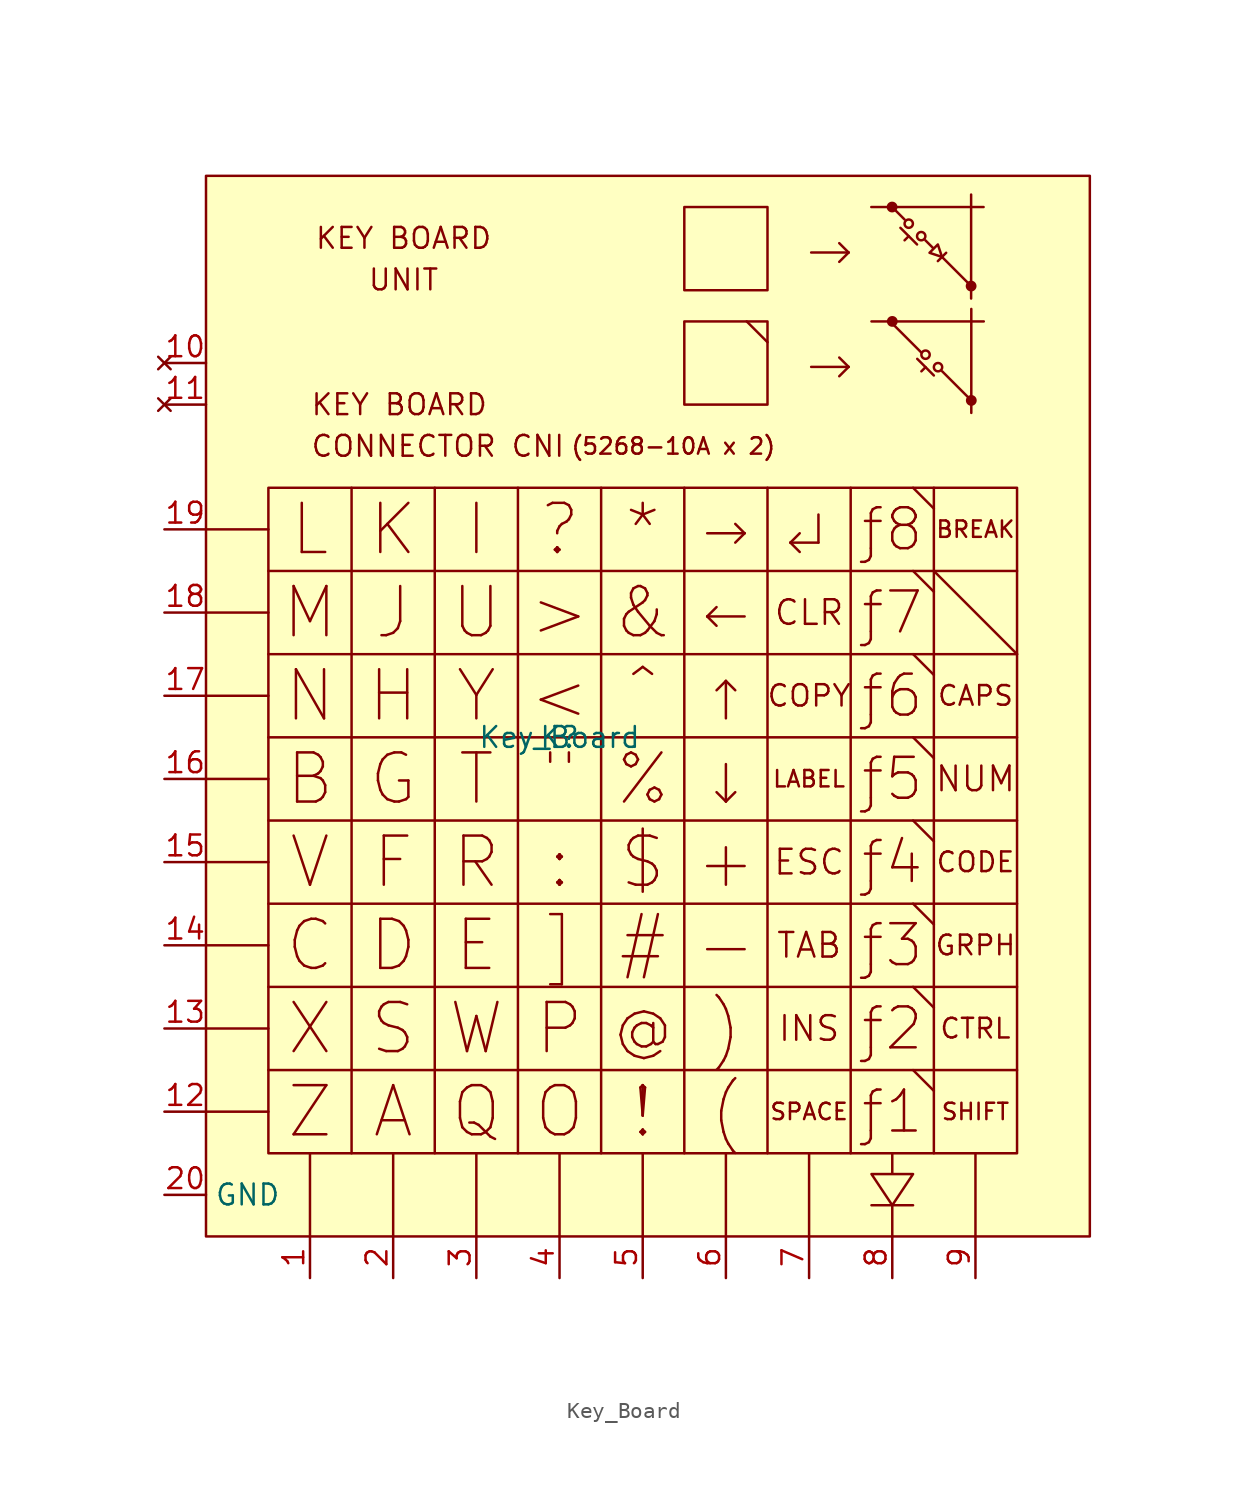
<source format=kicad_sym>
(kicad_symbol_lib
  (version 20211014)
  (generator kicad_symbol_editor)
  (symbol "Key_Board"
    (property "Reference" "K"
      (at 0 -1.27 0)
      (effects (font (size 1.27 1.27))))
    (property "Value" "Key_Board"
      (at 0 -1.27 0)
      (effects (font (size 1.27 1.27))))
    (symbol "Key_Board_0_0"
      (rectangle (start -21.59 33.02) (end 32.385 -31.75) (stroke (width 0) (type default) (color 0 0 0 0)) (fill (type background)))
      (polyline (pts (xy -21.59 -24.13) (xy -17.78 -24.13)) (stroke (width 0) (type default) (color 0 0 0 0)) (fill (type none)))
      (polyline (pts (xy -21.59 -19.05) (xy -17.78 -19.05)) (stroke (width 0) (type default) (color 0 0 0 0)) (fill (type none)))
      (polyline (pts (xy -21.59 -13.97) (xy -17.78 -13.97)) (stroke (width 0) (type default) (color 0 0 0 0)) (fill (type none)))
      (polyline (pts (xy -21.59 -8.89) (xy -17.78 -8.89)) (stroke (width 0) (type default) (color 0 0 0 0)) (fill (type none)))
      (polyline (pts (xy -21.59 -3.81) (xy -17.78 -3.81)) (stroke (width 0) (type default) (color 0 0 0 0)) (fill (type none)))
      (polyline (pts (xy -21.59 1.27) (xy -17.78 1.27)) (stroke (width 0) (type default) (color 0 0 0 0)) (fill (type none)))
      (polyline (pts (xy -21.59 6.35) (xy -17.78 6.35)) (stroke (width 0) (type default) (color 0 0 0 0)) (fill (type none)))
      (polyline (pts (xy -21.59 11.43) (xy -17.78 11.43)) (stroke (width 0) (type default) (color 0 0 0 0)) (fill (type none)))
      (polyline (pts (xy -15.24 -31.75) (xy -15.24 -26.67)) (stroke (width 0) (type default) (color 0 0 0 0)) (fill (type none)))
      (polyline (pts (xy -10.16 -31.75) (xy -10.16 -26.67)) (stroke (width 0) (type default) (color 0 0 0 0)) (fill (type none)))
      (polyline (pts (xy -5.08 -31.75) (xy -5.08 -26.67)) (stroke (width 0) (type default) (color 0 0 0 0)) (fill (type none)))
      (polyline (pts (xy 0 -31.75) (xy 0 -26.67)) (stroke (width 0) (type default) (color 0 0 0 0)) (fill (type none)))
      (polyline (pts (xy 5.08 -31.75) (xy 5.08 -26.67)) (stroke (width 0) (type default) (color 0 0 0 0)) (fill (type none)))
      (polyline (pts (xy 10.16 -31.75) (xy 10.16 -26.67)) (stroke (width 0) (type default) (color 0 0 0 0)) (fill (type none)))
      (polyline (pts (xy 11.43 24.13) (xy 12.7 22.86)) (stroke (width 0) (type default) (color 0 0 0 0)) (fill (type none)))
      (polyline (pts (xy 15.24 -31.75) (xy 15.24 -26.67)) (stroke (width 0) (type default) (color 0 0 0 0)) (fill (type none)))
      (polyline (pts (xy 19.039 31.115) (xy 25.897 31.115)) (stroke (width 0) (type default) (color 0 0 0 0)) (fill (type none)))
      (polyline (pts (xy 19.05 -29.845) (xy 21.59 -29.845)) (stroke (width 0) (type default) (color 0 0 0 0)) (fill (type none)))
      (polyline (pts (xy 19.05 24.13) (xy 25.908 24.13)) (stroke (width 0) (type default) (color 0 0 0 0)) (fill (type none)))
      (polyline (pts (xy 20.32 -29.845) (xy 20.32 -31.75)) (stroke (width 0) (type default) (color 0 0 0 0)) (fill (type none)))
      (polyline (pts (xy 20.32 24.003) (xy 22.098 22.225)) (stroke (width 0) (type default) (color 0 0 0 0)) (fill (type none)))
      (polyline (pts (xy 20.817 29.845) (xy 21.833 28.829)) (stroke (width 0) (type default) (color 0 0 0 0)) (fill (type none)))
      (polyline (pts (xy 21.071 30.353) (xy 20.309 31.115)) (stroke (width 0) (type default) (color 0 0 0 0)) (fill (type none)))
      (polyline (pts (xy 21.325 29.337) (xy 21.071 29.083)) (stroke (width 0) (type default) (color 0 0 0 0)) (fill (type none)))
      (polyline (pts (xy 21.59 -21.59) (xy 22.86 -22.86)) (stroke (width 0) (type default) (color 0 0 0 0)) (fill (type none)))
      (polyline (pts (xy 21.59 -16.51) (xy 22.86 -17.78)) (stroke (width 0) (type default) (color 0 0 0 0)) (fill (type none)))
      (polyline (pts (xy 21.59 -11.43) (xy 22.86 -12.7)) (stroke (width 0) (type default) (color 0 0 0 0)) (fill (type none)))
      (polyline (pts (xy 21.59 -6.35) (xy 22.86 -7.62)) (stroke (width 0) (type default) (color 0 0 0 0)) (fill (type none)))
      (polyline (pts (xy 21.59 -1.27) (xy 22.86 -2.54)) (stroke (width 0) (type default) (color 0 0 0 0)) (fill (type none)))
      (polyline (pts (xy 21.59 3.81) (xy 22.86 2.54)) (stroke (width 0) (type default) (color 0 0 0 0)) (fill (type none)))
      (polyline (pts (xy 21.59 8.89) (xy 22.86 7.62)) (stroke (width 0) (type default) (color 0 0 0 0)) (fill (type none)))
      (polyline (pts (xy 21.59 13.97) (xy 22.86 12.7)) (stroke (width 0) (type default) (color 0 0 0 0)) (fill (type none)))
      (polyline (pts (xy 21.844 21.844) (xy 22.86 20.828)) (stroke (width 0) (type default) (color 0 0 0 0)) (fill (type none)))
      (polyline (pts (xy 22.352 21.336) (xy 22.098 21.082)) (stroke (width 0) (type default) (color 0 0 0 0)) (fill (type none)))
      (polyline (pts (xy 22.86 8.89) (xy 27.94 3.81)) (stroke (width 0) (type default) (color 0 0 0 0)) (fill (type none)))
      (polyline (pts (xy 23.357 28.067) (xy 25.135 26.289)) (stroke (width 0) (type default) (color 0 0 0 0)) (fill (type none)))
      (polyline (pts (xy 23.368 21.082) (xy 25.146 19.304)) (stroke (width 0) (type default) (color 0 0 0 0)) (fill (type none)))
      (polyline (pts (xy 23.611 28.321) (xy 23.103 27.813)) (stroke (width 0) (type default) (color 0 0 0 0)) (fill (type none)))
      (polyline (pts (xy 25.135 31.877) (xy 25.135 25.527)) (stroke (width 0) (type default) (color 0 0 0 0)) (fill (type none)))
      (polyline (pts (xy 25.146 24.892) (xy 25.146 18.542)) (stroke (width 0) (type default) (color 0 0 0 0)) (fill (type none)))
      (polyline (pts (xy 25.4 -31.75) (xy 25.4 -26.67)) (stroke (width 0) (type default) (color 0 0 0 0)) (fill (type none)))
      (polyline (pts (xy 20.32 -26.67) (xy 20.32 -27.94) (xy 19.05 -27.94) (xy 20.32 -29.845) (xy 21.59 -27.94) (xy 20.32 -27.94)) (stroke (width 0) (type default) (color 0 0 0 0)) (fill (type none)))
      (polyline (pts (xy 22.341 29.083) (xy 22.849 28.575) (xy 22.595 28.321) (xy 23.357 28.067) (xy 23.103 28.829) (xy 22.849 28.575)) (stroke (width 0) (type default) (color 0 0 0 0)) (fill (type none)))
      (rectangle (start 7.62 24.13) (end 12.7 19.05) (stroke (width 0) (type default) (color 0 0 0 0)) (fill (type none)))
      (rectangle (start 7.62 31.115) (end 12.7 26.035) (stroke (width 0) (type default) (color 0 0 0 0)) (fill (type none)))
      (circle (center 20.309 31.115) (radius 0.254) (stroke (width 0) (type default) (color 0 0 0 0)) (fill (type outline)))
      (circle (center 20.32 24.13) (radius 0.254) (stroke (width 0) (type default) (color 0 0 0 0)) (fill (type outline)))
      (circle (center 21.325 30.099) (radius 0.254) (stroke (width 0) (type default) (color 0 0 0 0)) (fill (type none)))
      (circle (center 22.087 29.337) (radius 0.254) (stroke (width 0) (type default) (color 0 0 0 0)) (fill (type none)))
      (circle (center 22.352 22.098) (radius 0.254) (stroke (width 0) (type default) (color 0 0 0 0)) (fill (type none)))
      (circle (center 23.114 21.336) (radius 0.254) (stroke (width 0) (type default) (color 0 0 0 0)) (fill (type none)))
      (circle (center 25.135 26.289) (radius 0.254) (stroke (width 0) (type default) (color 0 0 0 0)) (fill (type outline)))
      (circle (center 25.146 19.304) (radius 0.254) (stroke (width 0) (type default) (color 0 0 0 0)) (fill (type outline)))
      (text "!" (at 5.08 -24.13 0) (effects (font (size 3 3))))
      (text "\"" (at 0 -3.81 0) (effects (font (size 3 3))))
      (text "#" (at 5.08 -13.97 0) (effects (font (size 3 3))))
      (text "$" (at 5.08 -8.89 0) (effects (font (size 3 3))))
      (text "%" (at 5.08 -3.81 0) (effects (font (size 3 3))))
      (text "&" (at 5.08 6.35 0) (effects (font (size 3 3))))
      (text "(" (at 10.16 -24.13 0) (effects (font (size 3 3))))
      (text "(5268-10A x 2)" (at 0.635 16.51 0) (effects (font (size 1 1)) (justify left)))
      (text ")" (at 10.16 -19.05 0) (effects (font (size 3 3))))
      (text "*" (at 5.08 11.43 0) (effects (font (size 3 3))))
      (text "+" (at 10.16 -8.89 0) (effects (font (size 3 3))))
      (text "-" (at 10.16 -13.97 0) (effects (font (size 3 3))))
      (text ":" (at 0 -8.89 0) (effects (font (size 3 3))))
      (text "<" (at 0 1.27 0) (effects (font (size 3 3))))
      (text ">" (at 0 6.35 0) (effects (font (size 3 3))))
      (text "?" (at 0 11.43 0) (effects (font (size 3 3))))
      (text "@" (at 5.08 -19.05 0) (effects (font (size 3 3))))
      (text "]" (at 0 -13.97 0) (effects (font (size 3 3))))
      (text "^" (at 5.08 1.27 0) (effects (font (size 3 3))))
      (text "A" (at -10.16 -24.13 0) (effects (font (size 3 3))))
      (text "B" (at -15.24 -3.81 0) (effects (font (size 3 3))))
      (text "BREAK" (at 25.4 11.43 0) (effects (font (size 1 1))))
      (text "C" (at -15.24 -13.97 0) (effects (font (size 3 3))))
      (text "CAPS" (at 25.4 1.27 0) (effects (font (size 1.2 1.2))))
      (text "CLR" (at 15.24 6.35 0) (effects (font (size 1.5 1.5))))
      (text "CODE" (at 25.4 -8.89 0) (effects (font (size 1.2 1.2))))
      (text "CONNECTOR CNI" (at -15.24 16.51 0) (effects (font (size 1.27 1.27)) (justify left)))
      (text "COPY" (at 15.24 1.27 0) (effects (font (size 1.3 1.3))))
      (text "CTRL" (at 25.4 -19.05 0) (effects (font (size 1.2 1.2))))
      (text "D" (at -10.16 -13.97 0) (effects (font (size 3 3))))
      (text "E" (at -5.08 -13.97 0) (effects (font (size 3 3))))
      (text "ESC" (at 15.24 -8.89 0) (effects (font (size 1.5 1.5))))
      (text "F" (at -10.16 -8.89 0) (effects (font (size 3 3))))
      (text "G" (at -10.16 -3.81 0) (effects (font (size 3 3))))
      (text "GRPH" (at 25.4 -13.97 0) (effects (font (size 1.2 1.2))))
      (text "H" (at -10.16 1.27 0) (effects (font (size 3 3))))
      (text "I" (at -5.08 11.43 0) (effects (font (size 3 3))))
      (text "INS" (at 15.24 -19.05 0) (effects (font (size 1.5 1.5))))
      (text "J" (at -10.16 6.35 0) (effects (font (size 3 3))))
      (text "K" (at -10.16 11.43 0) (effects (font (size 3 3))))
      (text "KEY BOARD" (at -15.24 19.05 0) (effects (font (size 1.27 1.27)) (justify left)))
      (text "KEY BOARD" (at -9.525 29.21 0) (effects (font (size 1.27 1.27))))
      (text "L" (at -15.24 11.43 0) (effects (font (size 3 3))))
      (text "LABEL" (at 15.24 -3.81 0) (effects (font (size 1 1))))
      (text "M" (at -15.24 6.35 0) (effects (font (size 3 3))))
      (text "N" (at -15.24 1.27 0) (effects (font (size 3 3))))
      (text "NUM" (at 25.4 -3.81 0) (effects (font (size 1.5 1.5))))
      (text "O" (at 0 -24.13 0) (effects (font (size 3 3))))
      (text "P" (at 0 -19.05 0) (effects (font (size 3 3))))
      (text "Q" (at -5.08 -24.13 0) (effects (font (size 3 3))))
      (text "R" (at -5.08 -8.89 0) (effects (font (size 3 3))))
      (text "S" (at -10.16 -19.05 0) (effects (font (size 3 3))))
      (text "SHIFT" (at 25.4 -24.13 0) (effects (font (size 1 1))))
      (text "SPACE" (at 15.24 -24.13 0) (effects (font (size 1 1))))
      (text "T" (at -5.08 -3.81 0) (effects (font (size 3 3))))
      (text "TAB" (at 15.24 -13.97 0) (effects (font (size 1.5 1.5))))
      (text "U" (at -5.08 6.35 0) (effects (font (size 3 3))))
      (text "UNIT" (at -9.525 26.67 0) (effects (font (size 1.27 1.27))))
      (text "V" (at -15.24 -8.89 0) (effects (font (size 3 3))))
      (text "W" (at -5.08 -19.05 0) (effects (font (size 3 3))))
      (text "X" (at -15.24 -19.05 0) (effects (font (size 3 3))))
      (text "Y" (at -5.08 1.27 0) (effects (font (size 3 3))))
      (text "Z" (at -15.24 -24.13 0) (effects (font (size 3 3))))
      (text "ƒ1" (at 20.32 -24.13 0) (effects (font (size 2.5 2.5))))
      (text "ƒ2" (at 20.32 -19.05 0) (effects (font (size 2.5 2.5))))
      (text "ƒ3" (at 20.32 -13.97 0) (effects (font (size 2.5 2.5))))
      (text "ƒ4" (at 20.32 -8.89 0) (effects (font (size 2.5 2.5))))
      (text "ƒ5" (at 20.32 -3.81 0) (effects (font (size 2.5 2.5))))
      (text "ƒ6" (at 20.32 1.27 0) (effects (font (size 2.5 2.5))))
      (text "ƒ7" (at 20.32 6.35 0) (effects (font (size 2.5 2.5))))
      (text "ƒ8" (at 20.32 11.43 0) (effects (font (size 2.5 2.5))))
      (text "←" (at 10.16 6.35 0) (effects (font (size 3 3))))
      (text "↑" (at 10.16 1.27 0) (effects (font (size 3 3))))
      (text "→" (at 10.16 11.43 0) (effects (font (size 3 3))))
      (text "→" (at 16.51 21.59 0) (effects (font (size 3 3))))
      (text "→" (at 16.51 28.575 0) (effects (font (size 3 3))))
      (text "↓" (at 10.16 -3.81 0) (effects (font (size 3 3))))
      (text "↲" (at 15.24 11.43 0) (effects (font (size 3 3)))))
    (symbol "Key_Board_0_1"
      (polyline (pts (xy -17.78 -21.59) (xy 27.94 -21.59)) (stroke (width 0) (type default) (color 0 0 0 0)) (fill (type none)))
      (polyline (pts (xy -17.78 -16.51) (xy 27.94 -16.51)) (stroke (width 0) (type default) (color 0 0 0 0)) (fill (type none)))
      (polyline (pts (xy -17.78 -11.43) (xy 27.94 -11.43)) (stroke (width 0) (type default) (color 0 0 0 0)) (fill (type none)))
      (polyline (pts (xy -17.78 -6.35) (xy 27.94 -6.35)) (stroke (width 0) (type default) (color 0 0 0 0)) (fill (type none)))
      (polyline (pts (xy -17.78 -1.27) (xy 27.94 -1.27)) (stroke (width 0) (type default) (color 0 0 0 0)) (fill (type none)))
      (polyline (pts (xy -17.78 3.81) (xy 27.94 3.81)) (stroke (width 0) (type default) (color 0 0 0 0)) (fill (type none)))
      (polyline (pts (xy -17.78 8.89) (xy 27.94 8.89)) (stroke (width 0) (type default) (color 0 0 0 0)) (fill (type none)))
      (polyline (pts (xy -12.7 13.97) (xy -12.7 -26.67)) (stroke (width 0) (type default) (color 0 0 0 0)) (fill (type none)))
      (polyline (pts (xy -7.62 13.97) (xy -7.62 -26.67)) (stroke (width 0) (type default) (color 0 0 0 0)) (fill (type none)))
      (polyline (pts (xy -2.54 13.97) (xy -2.54 -26.67)) (stroke (width 0) (type default) (color 0 0 0 0)) (fill (type none)))
      (polyline (pts (xy 2.54 13.97) (xy 2.54 -26.67)) (stroke (width 0) (type default) (color 0 0 0 0)) (fill (type none)))
      (polyline (pts (xy 7.62 13.97) (xy 7.62 -26.67)) (stroke (width 0) (type default) (color 0 0 0 0)) (fill (type none)))
      (polyline (pts (xy 12.7 13.97) (xy 12.7 -26.67)) (stroke (width 0) (type default) (color 0 0 0 0)) (fill (type none)))
      (polyline (pts (xy 17.78 13.97) (xy 17.78 -26.67)) (stroke (width 0) (type default) (color 0 0 0 0)) (fill (type none)))
      (polyline (pts (xy 22.86 13.97) (xy 22.86 -26.67)) (stroke (width 0) (type default) (color 0 0 0 0)) (fill (type none)))
      (polyline (pts (xy -17.78 13.97) (xy 27.94 13.97) (xy 27.94 -26.67) (xy -17.78 -26.67) (xy -17.78 13.97)) (stroke (width 0) (type default) (color 0 0 0 0)) (fill (type none))))
    (symbol "Key_Board_1_1"
      (pin passive line (at -15.24 -34.29 90) (length 2.54) (name "" (effects (font (size 1.27 1.27)))) (number "1" (effects (font (size 1.27 1.27)))))
      (pin no_connect line (at -24.13 21.59 0) (length 2.54) (name "" (effects (font (size 1.27 1.27)))) (number "10" (effects (font (size 1.27 1.27)))))
      (pin no_connect line (at -24.13 19.05 0) (length 2.54) (name "" (effects (font (size 1.27 1.27)))) (number "11" (effects (font (size 1.27 1.27)))))
      (pin passive line (at -24.13 -24.13 0) (length 2.54) (name "" (effects (font (size 1.27 1.27)))) (number "12" (effects (font (size 1.27 1.27)))))
      (pin passive line (at -24.13 -19.05 0) (length 2.54) (name "" (effects (font (size 1.27 1.27)))) (number "13" (effects (font (size 1.27 1.27)))))
      (pin passive line (at -24.13 -13.97 0) (length 2.54) (name "" (effects (font (size 1.27 1.27)))) (number "14" (effects (font (size 1.27 1.27)))))
      (pin passive line (at -24.13 -8.89 0) (length 2.54) (name "" (effects (font (size 1.27 1.27)))) (number "15" (effects (font (size 1.27 1.27)))))
      (pin passive line (at -24.13 -3.81 0) (length 2.54) (name "" (effects (font (size 1.27 1.27)))) (number "16" (effects (font (size 1.27 1.27)))))
      (pin passive line (at -24.13 1.27 0) (length 2.54) (name "" (effects (font (size 1.27 1.27)))) (number "17" (effects (font (size 1.27 1.27)))))
      (pin passive line (at -24.13 6.35 0) (length 2.54) (name "" (effects (font (size 1.27 1.27)))) (number "18" (effects (font (size 1.27 1.27)))))
      (pin passive line (at -24.13 11.43 0) (length 2.54) (name "" (effects (font (size 1.27 1.27)))) (number "19" (effects (font (size 1.27 1.27)))))
      (pin passive line (at -10.16 -34.29 90) (length 2.54) (name "" (effects (font (size 1.27 1.27)))) (number "2" (effects (font (size 1.27 1.27)))))
      (pin passive line (at -24.13 -29.21 0) (length 2.54) (name "GND" (effects (font (size 1.27 1.27)))) (number "20" (effects (font (size 1.27 1.27)))))
      (pin passive line (at -5.08 -34.29 90) (length 2.54) (name "" (effects (font (size 1.27 1.27)))) (number "3" (effects (font (size 1.27 1.27)))))
      (pin passive line (at 0 -34.29 90) (length 2.54) (name "" (effects (font (size 1.27 1.27)))) (number "4" (effects (font (size 1.27 1.27)))))
      (pin passive line (at 5.08 -34.29 90) (length 2.54) (name "" (effects (font (size 1.27 1.27)))) (number "5" (effects (font (size 1.27 1.27)))))
      (pin passive line (at 10.16 -34.29 90) (length 2.54) (name "" (effects (font (size 1.27 1.27)))) (number "6" (effects (font (size 1.27 1.27)))))
      (pin passive line (at 15.24 -34.29 90) (length 2.54) (name "" (effects (font (size 1.27 1.27)))) (number "7" (effects (font (size 1.27 1.27)))))
      (pin passive line (at 20.32 -34.29 90) (length 2.54) (name "" (effects (font (size 1.27 1.27)))) (number "8" (effects (font (size 1.27 1.27)))))
      (pin passive line (at 25.4 -34.29 90) (length 2.54) (name "" (effects (font (size 1.27 1.27)))) (number "9" (effects (font (size 1.27 1.27))))))))
</source>
